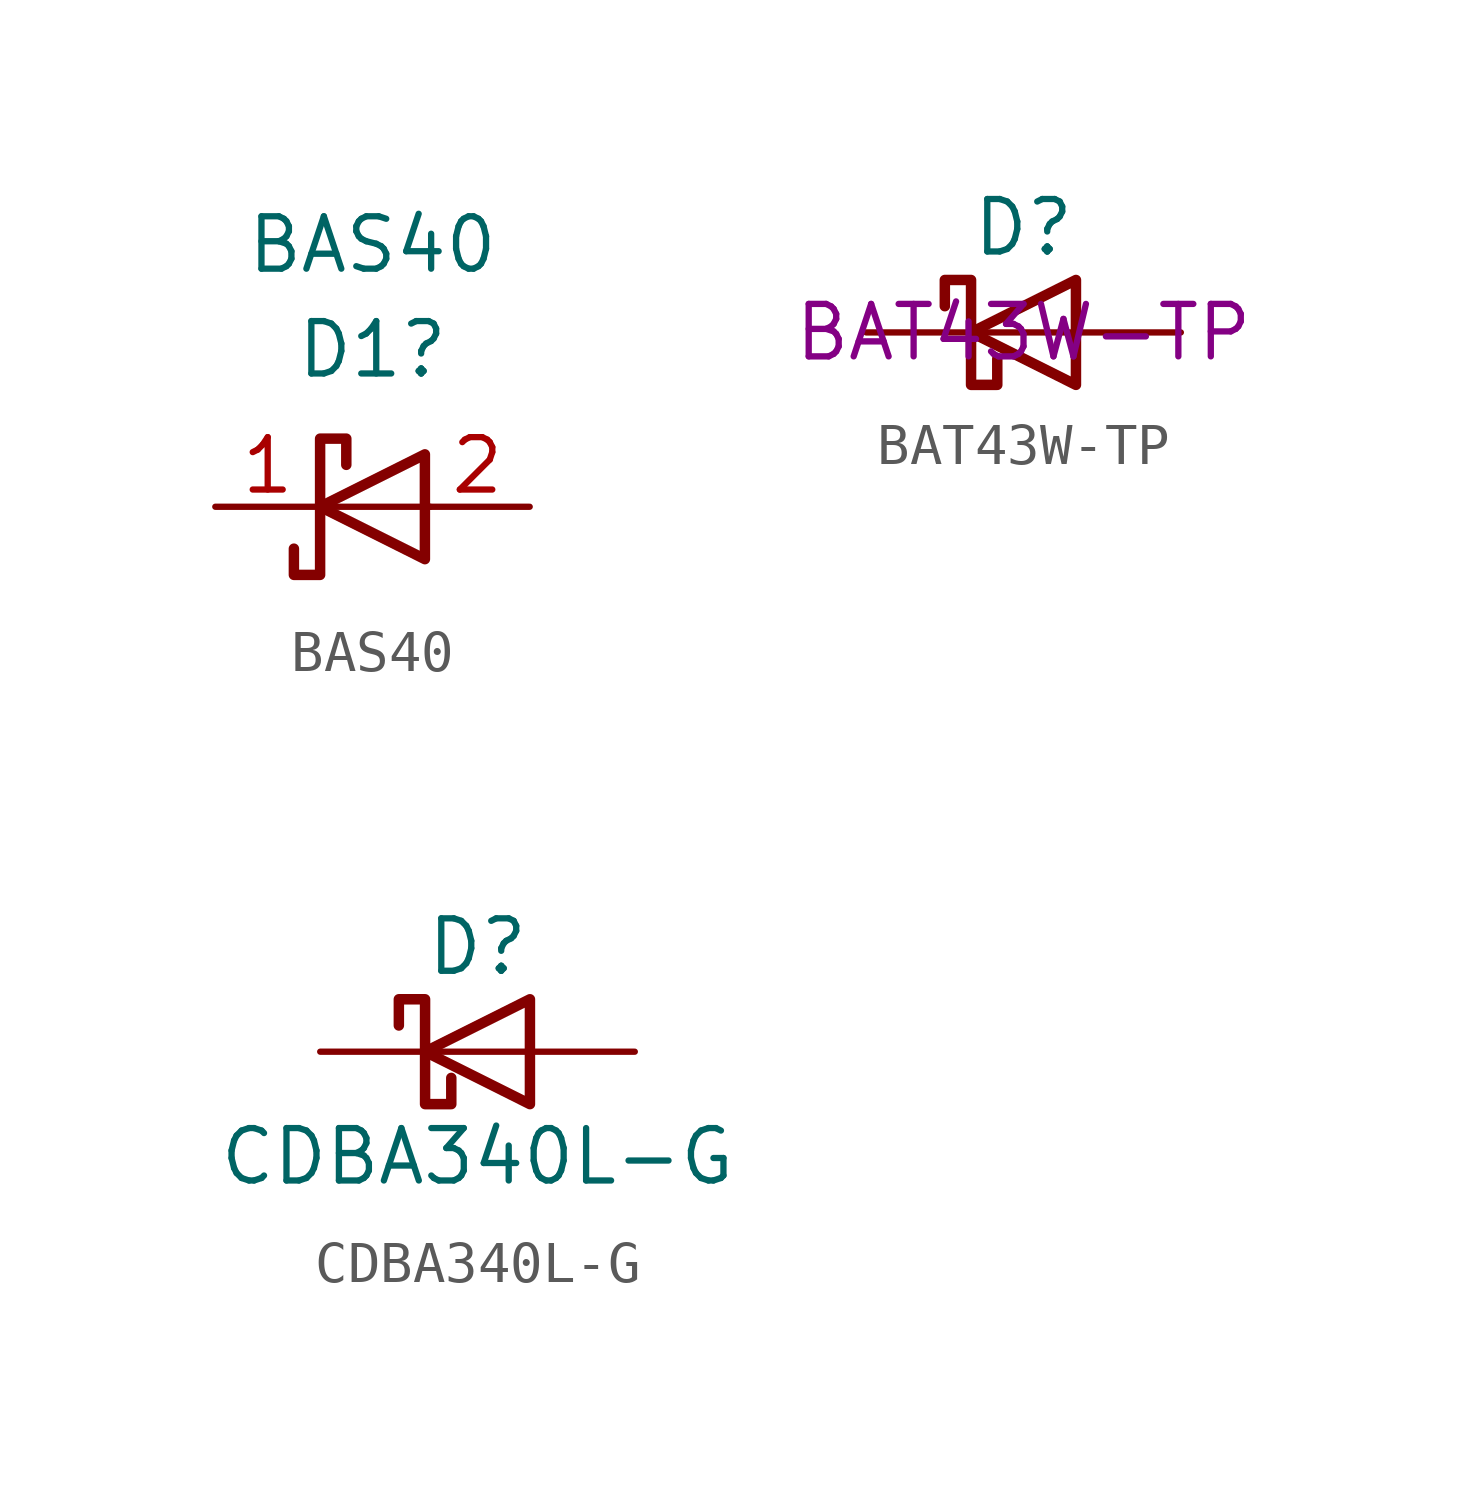
<source format=kicad_sym>
(kicad_symbol_lib
  (version 20220914)
  (generator kicad_symbol_editor)
  (symbol "BAS40"
    (property "Reference" "D1"
      (at 0 3.81 0)
      (effects (font (size 1.27 1.27))))
    (property "Value" "BAS40"
      (at 0 6.35 0)
      (effects (font (size 1.27 1.27))))
    (symbol "BAS40_0_1"
      (polyline (pts (xy 1.397 0) (xy -1.27 0)) (stroke (width 0) (type default)) (fill (type none)))
      (polyline (pts (xy 1.27 1.27) (xy 1.27 -1.27) (xy -1.27 0) (xy 1.27 1.27)) (stroke (width 0.254) (type default)) (fill (type none))))
    (symbol "BAS40_1_1"
      (polyline (pts (xy -1.27 0) (xy -1.27 -1.651) (xy -1.905 -1.651) (xy -1.905 -1.016)) (stroke (width 0.254) (type default)) (fill (type none)))
      (polyline (pts (xy -1.27 0) (xy -1.27 1.651) (xy -0.635 1.651) (xy -0.635 1.016)) (stroke (width 0.254) (type default)) (fill (type none)))
      (pin passive line (at -3.81 0 0) (length 2.54) (name "" (effects (font (size 1.27 1.27)))) (number "1" (effects (font (size 1.27 1.27)))))
      (pin passive line (at 3.81 0 180) (length 2.54) (name "" (effects (font (size 1.27 1.27)))) (number "2" (effects (font (size 1.27 1.27)))))))
  (symbol "BAT43W-TP"
    (pin_numbers hide)
    (pin_names
      (offset 1.016) hide)
    (property "Reference" "D"
      (at 0 2.54 0)
      (effects (font (size 1.27 1.27))))
    (property "Manufacturer p/n" "BAT43W-TP"
      (at 0 0 0)
      (effects (font (size 1.27 1.27))))
    (symbol "BAT43W-TP_0_1"
      (polyline (pts (xy 1.27 0) (xy -1.27 0)) (stroke (width 0) (type default)) (fill (type none)))
      (polyline (pts (xy 1.27 1.27) (xy 1.27 -1.27) (xy -1.27 0) (xy 1.27 1.27)) (stroke (width 0.254) (type default)) (fill (type none)))
      (polyline (pts (xy -1.905 0.635) (xy -1.905 1.27) (xy -1.27 1.27) (xy -1.27 -1.27) (xy -0.635 -1.27) (xy -0.635 -0.635)) (stroke (width 0.254) (type default)) (fill (type none))))
    (symbol "BAT43W-TP_1_1"
      (pin passive line (at -3.81 0 0) (length 2.54) (name "K" (effects (font (size 1.27 1.27)))) (number "1" (effects (font (size 1.27 1.27)))))
      (pin passive line (at 3.81 0 180) (length 2.54) (name "A" (effects (font (size 1.27 1.27)))) (number "2" (effects (font (size 1.27 1.27)))))))
  (symbol "CDBA340L-G"
    (pin_numbers hide)
    (pin_names hide)
    (property "Reference" "D"
      (at 0 2.54 0)
      (effects (font (size 1.27 1.27))))
    (property "Value" "CDBA340L-G"
      (at 0 -2.54 0)
      (effects (font (size 1.27 1.27))))
    (symbol "CDBA340L-G_0_1"
      (polyline (pts (xy 1.27 0) (xy -1.27 0)) (stroke (width 0) (type default)) (fill (type none)))
      (polyline (pts (xy 1.27 1.27) (xy 1.27 -1.27) (xy -1.27 0) (xy 1.27 1.27)) (stroke (width 0.254) (type default)) (fill (type none)))
      (polyline (pts (xy -1.905 0.635) (xy -1.905 1.27) (xy -1.27 1.27) (xy -1.27 -1.27) (xy -0.635 -1.27) (xy -0.635 -0.635)) (stroke (width 0.254) (type default)) (fill (type none))))
    (symbol "CDBA340L-G_1_1"
      (pin passive line (at -3.81 0 0) (length 2.54) (name "K" (effects (font (size 1.27 1.27)))) (number "1" (effects (font (size 1.27 1.27)))))
      (pin passive line (at 3.81 0 180) (length 2.54) (name "A" (effects (font (size 1.27 1.27)))) (number "2" (effects (font (size 1.27 1.27))))))))
</source>
